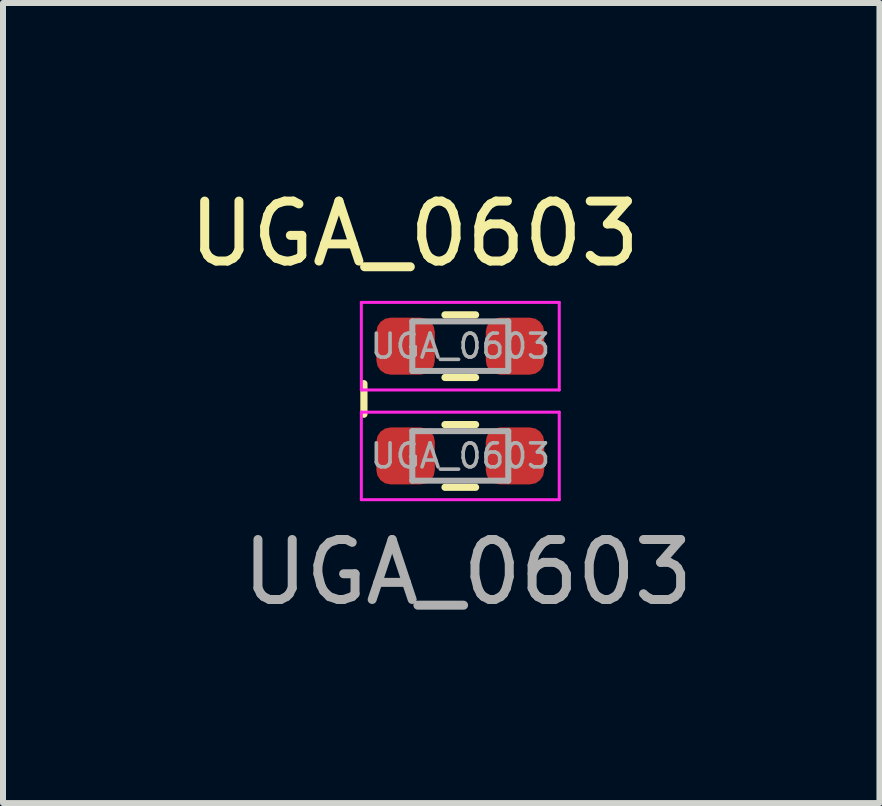
<source format=kicad_pcb>
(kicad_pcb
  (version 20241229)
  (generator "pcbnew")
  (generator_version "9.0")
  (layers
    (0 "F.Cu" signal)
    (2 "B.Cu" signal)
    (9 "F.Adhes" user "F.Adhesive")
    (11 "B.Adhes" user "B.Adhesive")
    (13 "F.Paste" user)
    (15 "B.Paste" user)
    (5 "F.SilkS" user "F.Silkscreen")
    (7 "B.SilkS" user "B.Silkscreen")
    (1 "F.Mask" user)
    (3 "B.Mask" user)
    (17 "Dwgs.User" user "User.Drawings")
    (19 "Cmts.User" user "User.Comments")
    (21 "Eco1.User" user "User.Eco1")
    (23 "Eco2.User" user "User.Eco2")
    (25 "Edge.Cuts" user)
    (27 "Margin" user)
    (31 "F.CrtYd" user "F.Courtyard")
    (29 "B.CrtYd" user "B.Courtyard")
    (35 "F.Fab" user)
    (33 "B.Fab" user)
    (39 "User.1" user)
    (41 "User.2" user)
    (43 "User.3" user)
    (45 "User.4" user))
  (footprint "UGA_0603"
    (layer "F.Cu")
    (at 4.625 3.642)
    (property "Reference" "UGA_0603" (at -0.762 -2.794 0) (unlocked yes) (layer "F.SilkS") (effects (font (size 1 1) (thickness 0.15))))
    (attr smd)
    (fp_line (start -1.607 0.215) (end -1.607 -0.295) (stroke (width 0.12) (type solid)) (layer "F.SilkS"))
    (fp_line (start -0.255 -1.442) (end 0.255 -1.442) (stroke (width 0.12) (type solid)) (layer "F.SilkS"))
    (fp_line (start -0.255 -0.398) (end 0.255 -0.398) (stroke (width 0.12) (type solid)) (layer "F.SilkS"))
    (fp_line (start -0.255 0.388) (end 0.255 0.388) (stroke (width 0.12) (type solid)) (layer "F.SilkS"))
    (fp_line (start -0.255 1.433) (end 0.255 1.433) (stroke (width 0.12) (type solid)) (layer "F.SilkS"))
    (fp_line (start -1.65 -1.65) (end 1.65 -1.65) (stroke (width 0.05) (type solid)) (layer "F.CrtYd"))
    (fp_line (start -1.65 -0.19) (end -1.65 -1.65) (stroke (width 0.05) (type solid)) (layer "F.CrtYd"))
    (fp_line (start -1.65 0.18) (end 1.65 0.18) (stroke (width 0.05) (type solid)) (layer "F.CrtYd"))
    (fp_line (start -1.65 1.64) (end -1.65 0.18) (stroke (width 0.05) (type solid)) (layer "F.CrtYd"))
    (fp_line (start 1.65 -1.65) (end 1.65 -0.19) (stroke (width 0.05) (type solid)) (layer "F.CrtYd"))
    (fp_line (start 1.65 -0.19) (end -1.65 -0.19) (stroke (width 0.05) (type solid)) (layer "F.CrtYd"))
    (fp_line (start 1.65 0.18) (end 1.65 1.64) (stroke (width 0.05) (type solid)) (layer "F.CrtYd"))
    (fp_line (start 1.65 1.64) (end -1.65 1.64) (stroke (width 0.05) (type solid)) (layer "F.CrtYd"))
    (fp_line (start -0.8 -1.333) (end 0.8 -1.333) (stroke (width 0.1) (type solid)) (layer "F.Fab"))
    (fp_line (start -0.8 -0.507) (end -0.8 -1.333) (stroke (width 0.1) (type solid)) (layer "F.Fab"))
    (fp_line (start -0.8 0.497) (end 0.8 0.497) (stroke (width 0.1) (type solid)) (layer "F.Fab"))
    (fp_line (start -0.8 1.323) (end -0.8 0.497) (stroke (width 0.1) (type solid)) (layer "F.Fab"))
    (fp_line (start 0.8 -1.333) (end 0.8 -0.507) (stroke (width 0.1) (type solid)) (layer "F.Fab"))
    (fp_line (start 0.8 -0.507) (end -0.8 -0.507) (stroke (width 0.1) (type solid)) (layer "F.Fab"))
    (fp_line (start 0.8 0.497) (end 0.8 1.323) (stroke (width 0.1) (type solid)) (layer "F.Fab"))
    (fp_line (start 0.8 1.323) (end -0.8 1.323) (stroke (width 0.1) (type solid)) (layer "F.Fab"))
    (fp_text user "${REFERENCE}" (at 0.126 2.849 0) (unlocked yes) (layer "F.Fab") (effects (font (size 1 1) (thickness 0.15))))
    (fp_text user "${REFERENCE}" (at 0 -0.92 0) (layer "F.Fab") (effects (font (size 0.4 0.4) (thickness 0.06))))
    (fp_text user "${REFERENCE}" (at 0 0.91 0) (layer "F.Fab") (effects (font (size 0.4 0.4) (thickness 0.06))))
    (pad "1" smd roundrect (at -0.912 -0.92) (size 0.975 0.95) (layers "F.Cu" "F.Mask" "F.Paste") (roundrect_rratio 0.25))
    (pad "2" smd roundrect (at 0.912 0.91) (size 0.975 0.95) (layers "F.Cu" "F.Mask" "F.Paste") (roundrect_rratio 0.25))
    (pad "3" smd roundrect (at -0.912 0.91) (size 0.975 0.95) (layers "F.Cu" "F.Mask" "F.Paste") (roundrect_rratio 0.25))
    (pad "4" smd roundrect (at 0.912 -0.92) (size 0.975 0.95) (layers "F.Cu" "F.Mask" "F.Paste") (roundrect_rratio 0.25)))
  (gr_rect
    (start -3 -3)
    (end 11.614 10.34)
    (stroke (width 0.1) (type default))
    (fill no)
    (layer "Edge.Cuts")))
</source>
